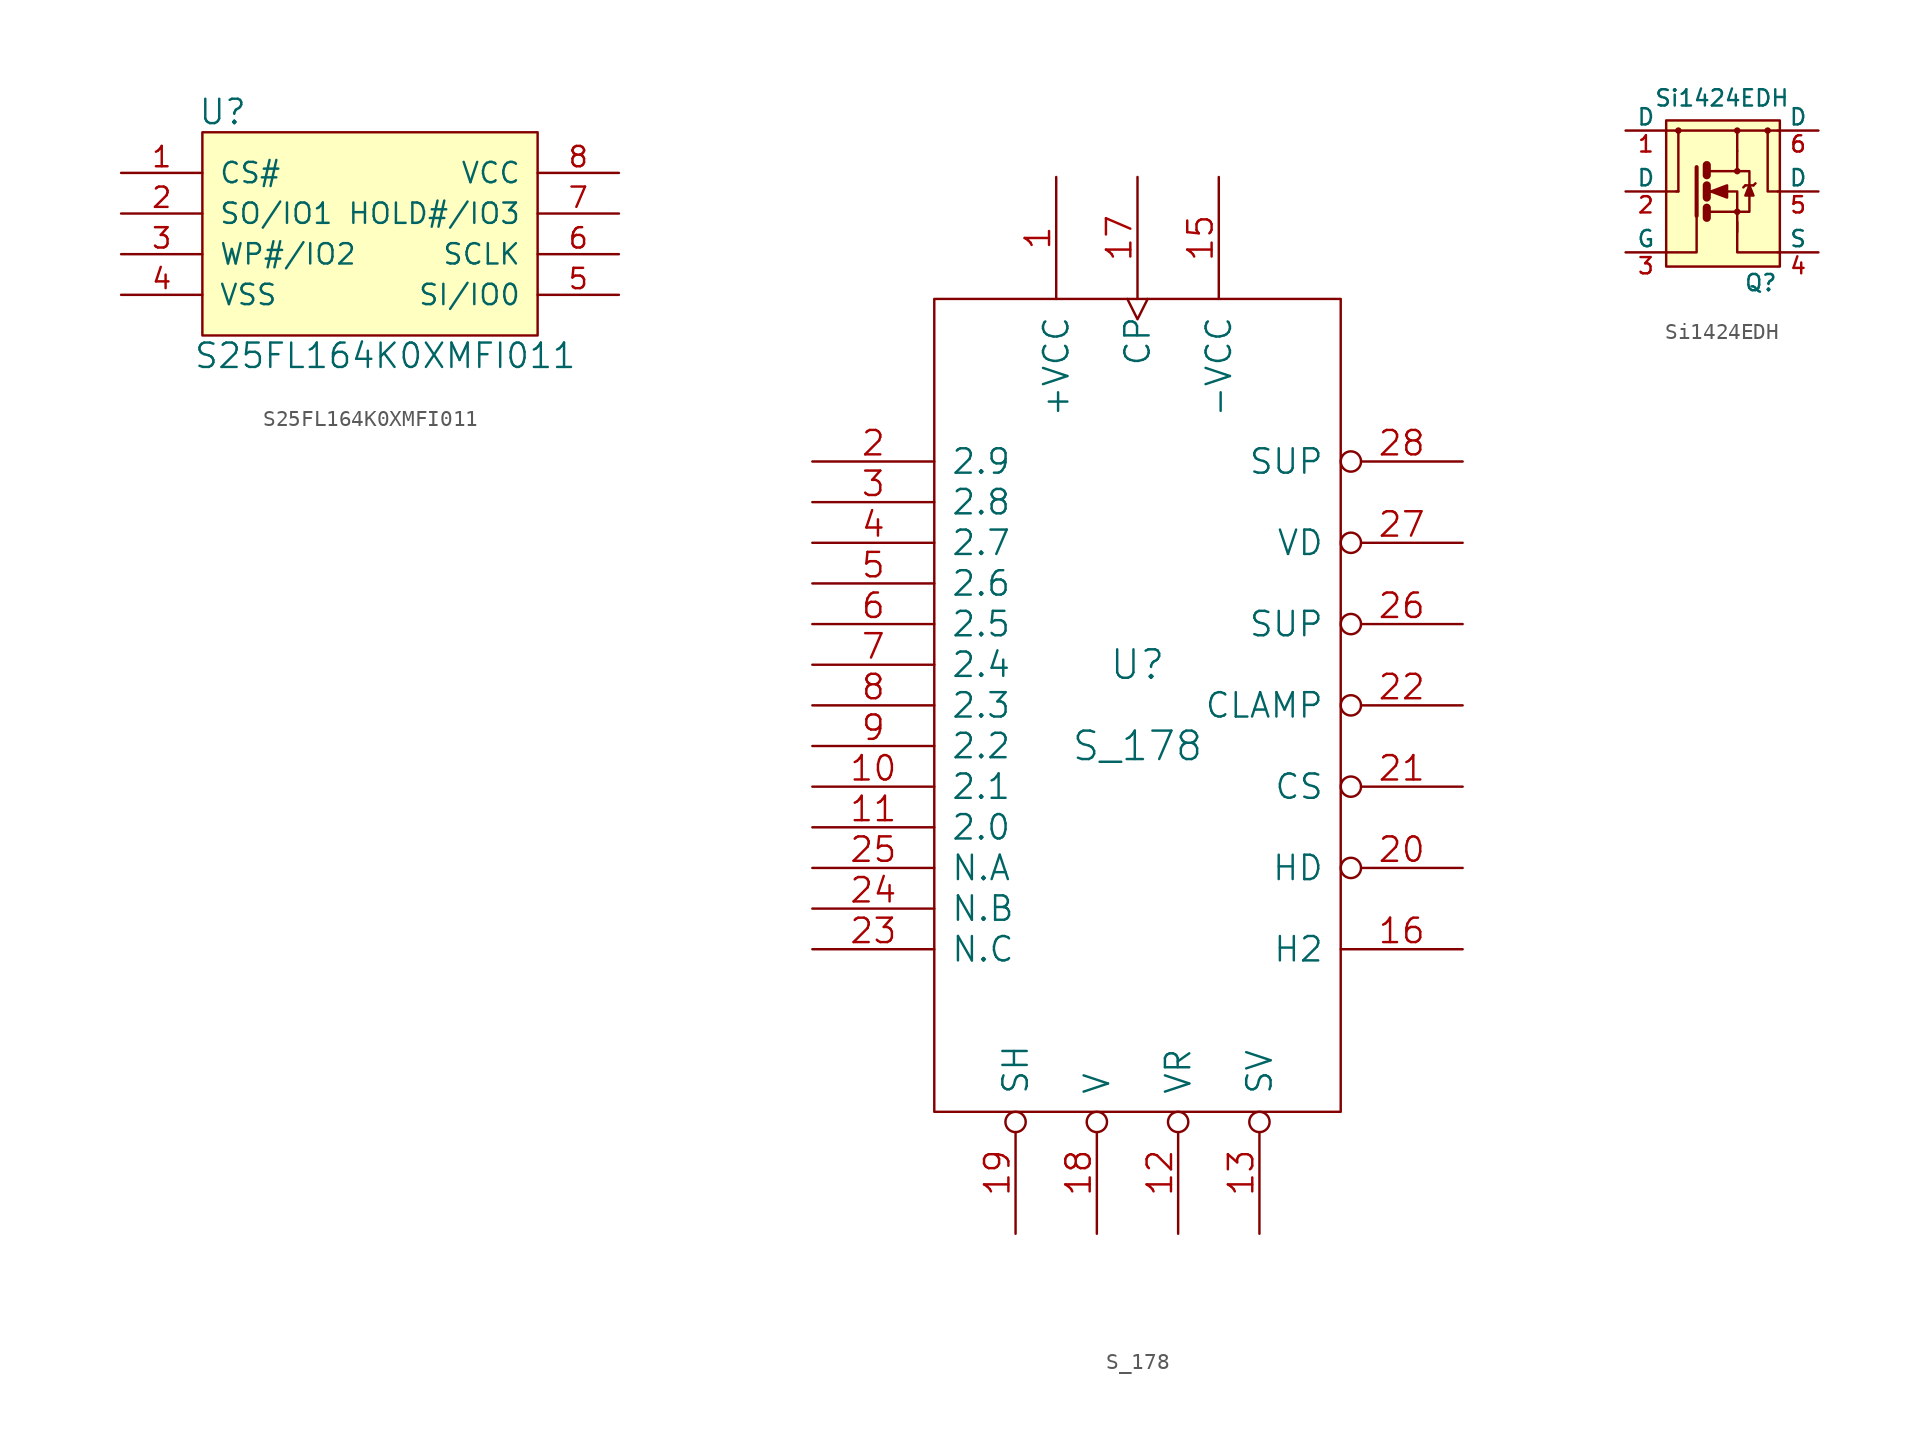
<source format=kicad_sym>
(kicad_symbol_lib
  (version 20211014)
  (generator kicad_symbol_editor)
  (symbol "S25FL164K0XMFI011"
    (pin_names
      (offset 1.016))
    (property "Reference" "U"
      (at -9.525 7.62 0)
      (effects (font (size 1.524 1.524))))
    (property "Value" "S25FL164K0XMFI011"
      (at 0.635 -7.62 0)
      (effects (font (size 1.524 1.524))))
    (property "Footprint" ""
      (at -0.635 -6.35 0)
      (effects (font (size 1.524 1.524))))
    (property "Datasheet" ""
      (at -0.635 -6.35 0)
      (effects (font (size 1.524 1.524))))
    (symbol "S25FL164K0XMFI011_0_1"
      (rectangle (start -10.795 6.35) (end 10.16 -6.35) (stroke (width 0) (type default) (color 0 0 0 0)) (fill (type background))))
    (symbol "S25FL164K0XMFI011_1_1"
      (pin input line (at -15.875 3.81 0) (length 5.08) (name "CS#" (effects (font (size 1.27 1.27)))) (number "1" (effects (font (size 1.27 1.27)))))
      (pin input line (at -15.875 1.27 0) (length 5.08) (name "SO/IO1" (effects (font (size 1.27 1.27)))) (number "2" (effects (font (size 1.27 1.27)))))
      (pin input line (at -15.875 -1.27 0) (length 5.08) (name "WP#/IO2" (effects (font (size 1.27 1.27)))) (number "3" (effects (font (size 1.27 1.27)))))
      (pin input line (at -15.875 -3.81 0) (length 5.08) (name "VSS" (effects (font (size 1.27 1.27)))) (number "4" (effects (font (size 1.27 1.27)))))
      (pin input line (at 15.24 -3.81 180) (length 5.08) (name "SI/IO0" (effects (font (size 1.27 1.27)))) (number "5" (effects (font (size 1.27 1.27)))))
      (pin input line (at 15.24 -1.27 180) (length 5.08) (name "SCLK" (effects (font (size 1.27 1.27)))) (number "6" (effects (font (size 1.27 1.27)))))
      (pin input line (at 15.24 1.27 180) (length 5.08) (name "HOLD#/IO3" (effects (font (size 1.27 1.27)))) (number "7" (effects (font (size 1.27 1.27)))))
      (pin input line (at 15.24 3.81 180) (length 5.08) (name "VCC" (effects (font (size 1.27 1.27)))) (number "8" (effects (font (size 1.27 1.27)))))))
  (symbol "S_178"
    (pin_names
      (offset 1.016))
    (property "Reference" "U"
      (at 0 2.54 0)
      (effects (font (size 1.778 1.778))))
    (property "Value" "S_178"
      (at 0 -2.54 0)
      (effects (font (size 1.778 1.778))))
    (property "Footprint" ""
      (at 0 0 0)
      (effects (font (size 1.524 1.524))))
    (property "Datasheet" ""
      (at 0 0 0)
      (effects (font (size 1.524 1.524))))
    (symbol "S_178_0_1"
      (rectangle (start -12.7 -25.4) (end 12.7 25.4) (stroke (width 0) (type default) (color 0 0 0 0)) (fill (type none))))
    (symbol "S_178_1_1"
      (pin input line (at -5.08 33.02 270) (length 7.62) (name "+VCC" (effects (font (size 1.524 1.524)))) (number "1" (effects (font (size 1.524 1.524)))))
      (pin input line (at -20.32 -5.08 0) (length 7.62) (name "2.1" (effects (font (size 1.524 1.524)))) (number "10" (effects (font (size 1.524 1.524)))))
      (pin input line (at -20.32 -7.62 0) (length 7.62) (name "2.0" (effects (font (size 1.524 1.524)))) (number "11" (effects (font (size 1.524 1.524)))))
      (pin input inverted (at 2.54 -33.02 90) (length 7.62) (name "VR" (effects (font (size 1.524 1.524)))) (number "12" (effects (font (size 1.524 1.524)))))
      (pin input inverted (at 7.62 -33.02 90) (length 7.62) (name "SV" (effects (font (size 1.524 1.524)))) (number "13" (effects (font (size 1.524 1.524)))))
      (pin input line (at 5.08 33.02 270) (length 7.62) (name "-VCC" (effects (font (size 1.524 1.524)))) (number "15" (effects (font (size 1.524 1.524)))))
      (pin output line (at 20.32 -15.24 180) (length 7.62) (name "H2" (effects (font (size 1.524 1.524)))) (number "16" (effects (font (size 1.524 1.524)))))
      (pin input clock (at 0 33.02 270) (length 7.62) (name "CP" (effects (font (size 1.524 1.524)))) (number "17" (effects (font (size 1.524 1.524)))))
      (pin input inverted (at -2.54 -33.02 90) (length 7.62) (name "V" (effects (font (size 1.524 1.524)))) (number "18" (effects (font (size 1.524 1.524)))))
      (pin input inverted (at -7.62 -33.02 90) (length 7.62) (name "SH" (effects (font (size 1.524 1.524)))) (number "19" (effects (font (size 1.524 1.524)))))
      (pin input line (at -20.32 15.24 0) (length 7.62) (name "2.9" (effects (font (size 1.524 1.524)))) (number "2" (effects (font (size 1.524 1.524)))))
      (pin output inverted (at 20.32 -10.16 180) (length 7.62) (name "HD" (effects (font (size 1.524 1.524)))) (number "20" (effects (font (size 1.524 1.524)))))
      (pin output inverted (at 20.32 -5.08 180) (length 7.62) (name "CS" (effects (font (size 1.524 1.524)))) (number "21" (effects (font (size 1.524 1.524)))))
      (pin output inverted (at 20.32 0 180) (length 7.62) (name "CLAMP" (effects (font (size 1.524 1.524)))) (number "22" (effects (font (size 1.524 1.524)))))
      (pin input line (at -20.32 -15.24 0) (length 7.62) (name "N.C" (effects (font (size 1.524 1.524)))) (number "23" (effects (font (size 1.524 1.524)))))
      (pin input line (at -20.32 -12.7 0) (length 7.62) (name "N.B" (effects (font (size 1.524 1.524)))) (number "24" (effects (font (size 1.524 1.524)))))
      (pin input line (at -20.32 -10.16 0) (length 7.62) (name "N.A" (effects (font (size 1.524 1.524)))) (number "25" (effects (font (size 1.524 1.524)))))
      (pin output inverted (at 20.32 5.08 180) (length 7.62) (name "SUP" (effects (font (size 1.524 1.524)))) (number "26" (effects (font (size 1.524 1.524)))))
      (pin output inverted (at 20.32 10.16 180) (length 7.62) (name "VD" (effects (font (size 1.524 1.524)))) (number "27" (effects (font (size 1.524 1.524)))))
      (pin output inverted (at 20.32 15.24 180) (length 7.62) (name "SUP" (effects (font (size 1.524 1.524)))) (number "28" (effects (font (size 1.524 1.524)))))
      (pin input line (at -20.32 12.7 0) (length 7.62) (name "2.8" (effects (font (size 1.524 1.524)))) (number "3" (effects (font (size 1.524 1.524)))))
      (pin input line (at -20.32 10.16 0) (length 7.62) (name "2.7" (effects (font (size 1.524 1.524)))) (number "4" (effects (font (size 1.524 1.524)))))
      (pin input line (at -20.32 7.62 0) (length 7.62) (name "2.6" (effects (font (size 1.524 1.524)))) (number "5" (effects (font (size 1.524 1.524)))))
      (pin input line (at -20.32 5.08 0) (length 7.62) (name "2.5" (effects (font (size 1.524 1.524)))) (number "6" (effects (font (size 1.524 1.524)))))
      (pin input line (at -20.32 2.54 0) (length 7.62) (name "2.4" (effects (font (size 1.524 1.524)))) (number "7" (effects (font (size 1.524 1.524)))))
      (pin input line (at -20.32 0 0) (length 7.62) (name "2.3" (effects (font (size 1.524 1.524)))) (number "8" (effects (font (size 1.524 1.524)))))
      (pin input line (at -20.32 -2.54 0) (length 7.62) (name "2.2" (effects (font (size 1.524 1.524)))) (number "9" (effects (font (size 1.524 1.524)))))))
  (symbol "Si1424EDH"
    (pin_names
      (offset 0))
    (property "Reference" "Q"
      (at 3.175 -5.715 0)
      (effects (font (size 1.016 1.016)) (justify right)))
    (property "Value" "Si1424EDH"
      (at 3.937 5.842 0)
      (effects (font (size 1.016 1.016)) (justify right)))
    (property "Datasheet" ""
      (at -1.905 0 0)
      (effects (font (size 1.524 1.524))))
    (symbol "Si1424EDH_0_1"
      (rectangle (start -3.81 4.445) (end 3.302 -4.699) (stroke (width 0) (type default) (color 0 0 0 0)) (fill (type background)))
      (circle (center -3.048 3.81) (radius 0.127) (stroke (width 0) (type default) (color 0 0 0 0)) (fill (type none)))
      (polyline (pts (xy -3.81 0) (xy -3.175 0)) (stroke (width 0) (type default) (color 0 0 0 0)) (fill (type none)))
      (polyline (pts (xy -3.81 3.81) (xy 0.635 3.81)) (stroke (width 0) (type default) (color 0 0 0 0)) (fill (type none)))
      (polyline (pts (xy -3.048 0) (xy -3.175 0)) (stroke (width 0) (type default) (color 0 0 0 0)) (fill (type none)))
      (polyline (pts (xy -3.048 0) (xy -3.048 3.81)) (stroke (width 0) (type default) (color 0 0 0 0)) (fill (type none)))
      (polyline (pts (xy -1.27 -1.016) (xy -1.27 -1.651)) (stroke (width 0.508) (type default) (color 0 0 0 0)) (fill (type none)))
      (polyline (pts (xy -1.27 0.381) (xy -1.27 -0.381)) (stroke (width 0.508) (type default) (color 0 0 0 0)) (fill (type none)))
      (polyline (pts (xy -1.27 1.651) (xy -1.27 1.016)) (stroke (width 0.508) (type default) (color 0 0 0 0)) (fill (type none)))
      (polyline (pts (xy 0.635 2.54) (xy 0.635 3.81)) (stroke (width 0) (type default) (color 0 0 0 0)) (fill (type none)))
      (polyline (pts (xy 1.143 0.381) (xy 1.016 0.254)) (stroke (width 0) (type default) (color 0 0 0 0)) (fill (type none)))
      (polyline (pts (xy 1.143 0.381) (xy 1.651 0.381)) (stroke (width 0) (type default) (color 0 0 0 0)) (fill (type none)))
      (polyline (pts (xy 1.651 0.381) (xy 1.778 0.508)) (stroke (width 0) (type default) (color 0 0 0 0)) (fill (type none)))
      (polyline (pts (xy 3.175 3.81) (xy 0.635 3.81)) (stroke (width 0) (type default) (color 0 0 0 0)) (fill (type none)))
      (polyline (pts (xy -3.81 -3.81) (xy -1.905 -3.81) (xy -1.905 -1.27)) (stroke (width 0) (type default) (color 0 0 0 0)) (fill (type none)))
      (polyline (pts (xy -1.905 1.524) (xy -1.905 -1.524) (xy -1.905 -1.524)) (stroke (width 0.254) (type default) (color 0 0 0 0)) (fill (type none)))
      (polyline (pts (xy 3.175 -3.81) (xy 0.635 -3.81) (xy 0.635 -1.905)) (stroke (width 0) (type default) (color 0 0 0 0)) (fill (type none)))
      (polyline (pts (xy 3.175 0) (xy 2.54 0) (xy 2.54 3.81)) (stroke (width 0) (type default) (color 0 0 0 0)) (fill (type none)))
      (polyline (pts (xy -1.143 -1.27) (xy 0.635 -1.27) (xy 0.635 -2.54) (xy 0.635 -2.54)) (stroke (width 0) (type default) (color 0 0 0 0)) (fill (type none)))
      (polyline (pts (xy -1.143 1.27) (xy 0.635 1.27) (xy 0.635 2.54) (xy 0.635 2.54)) (stroke (width 0) (type default) (color 0 0 0 0)) (fill (type none)))
      (polyline (pts (xy 0.635 1.27) (xy 1.397 1.27) (xy 1.397 -1.27) (xy 0.635 -1.27)) (stroke (width 0) (type default) (color 0 0 0 0)) (fill (type none)))
      (polyline (pts (xy 1.397 0.381) (xy 1.143 -0.254) (xy 1.651 -0.254) (xy 1.397 0.381)) (stroke (width 0) (type default) (color 0 0 0 0)) (fill (type outline)))
      (polyline (pts (xy -1.143 0) (xy -0.635 0) (xy 0.635 0) (xy 0.635 -1.27) (xy 0.635 -1.27)) (stroke (width 0) (type default) (color 0 0 0 0)) (fill (type none)))
      (polyline (pts (xy -1.016 0) (xy 0 0.381) (xy 0 -0.381) (xy -1.016 0) (xy -0.889 0) (xy -0.889 0)) (stroke (width 0) (type default) (color 0 0 0 0)) (fill (type outline)))
      (circle (center 0.635 -1.27) (radius 0.127) (stroke (width 0) (type default) (color 0 0 0 0)) (fill (type none)))
      (circle (center 0.635 1.27) (radius 0.127) (stroke (width 0) (type default) (color 0 0 0 0)) (fill (type none)))
      (circle (center 0.635 3.81) (radius 0.127) (stroke (width 0) (type default) (color 0 0 0 0)) (fill (type none)))
      (circle (center 2.54 3.81) (radius 0.127) (stroke (width 0) (type default) (color 0 0 0 0)) (fill (type none))))
    (symbol "Si1424EDH_1_1"
      (pin input line (at -6.35 3.81 0) (length 2.54) (name "D" (effects (font (size 1.016 1.016)))) (number "1" (effects (font (size 1.016 1.016)))))
      (pin input line (at -6.35 0 0) (length 2.54) (name "D" (effects (font (size 1.016 1.016)))) (number "2" (effects (font (size 1.016 1.016)))))
      (pin input line (at -6.35 -3.81 0) (length 2.54) (name "G" (effects (font (size 1.016 1.016)))) (number "3" (effects (font (size 1.016 1.016)))))
      (pin passive line (at 5.715 -3.81 180) (length 2.54) (name "S" (effects (font (size 1.016 1.016)))) (number "4" (effects (font (size 1.016 1.016)))))
      (pin passive line (at 5.715 0 180) (length 2.54) (name "D" (effects (font (size 1.016 1.016)))) (number "5" (effects (font (size 1.016 1.016)))))
      (pin passive line (at 5.715 3.81 180) (length 2.54) (name "D" (effects (font (size 1.016 1.016)))) (number "6" (effects (font (size 1.016 1.016))))))))
</source>
